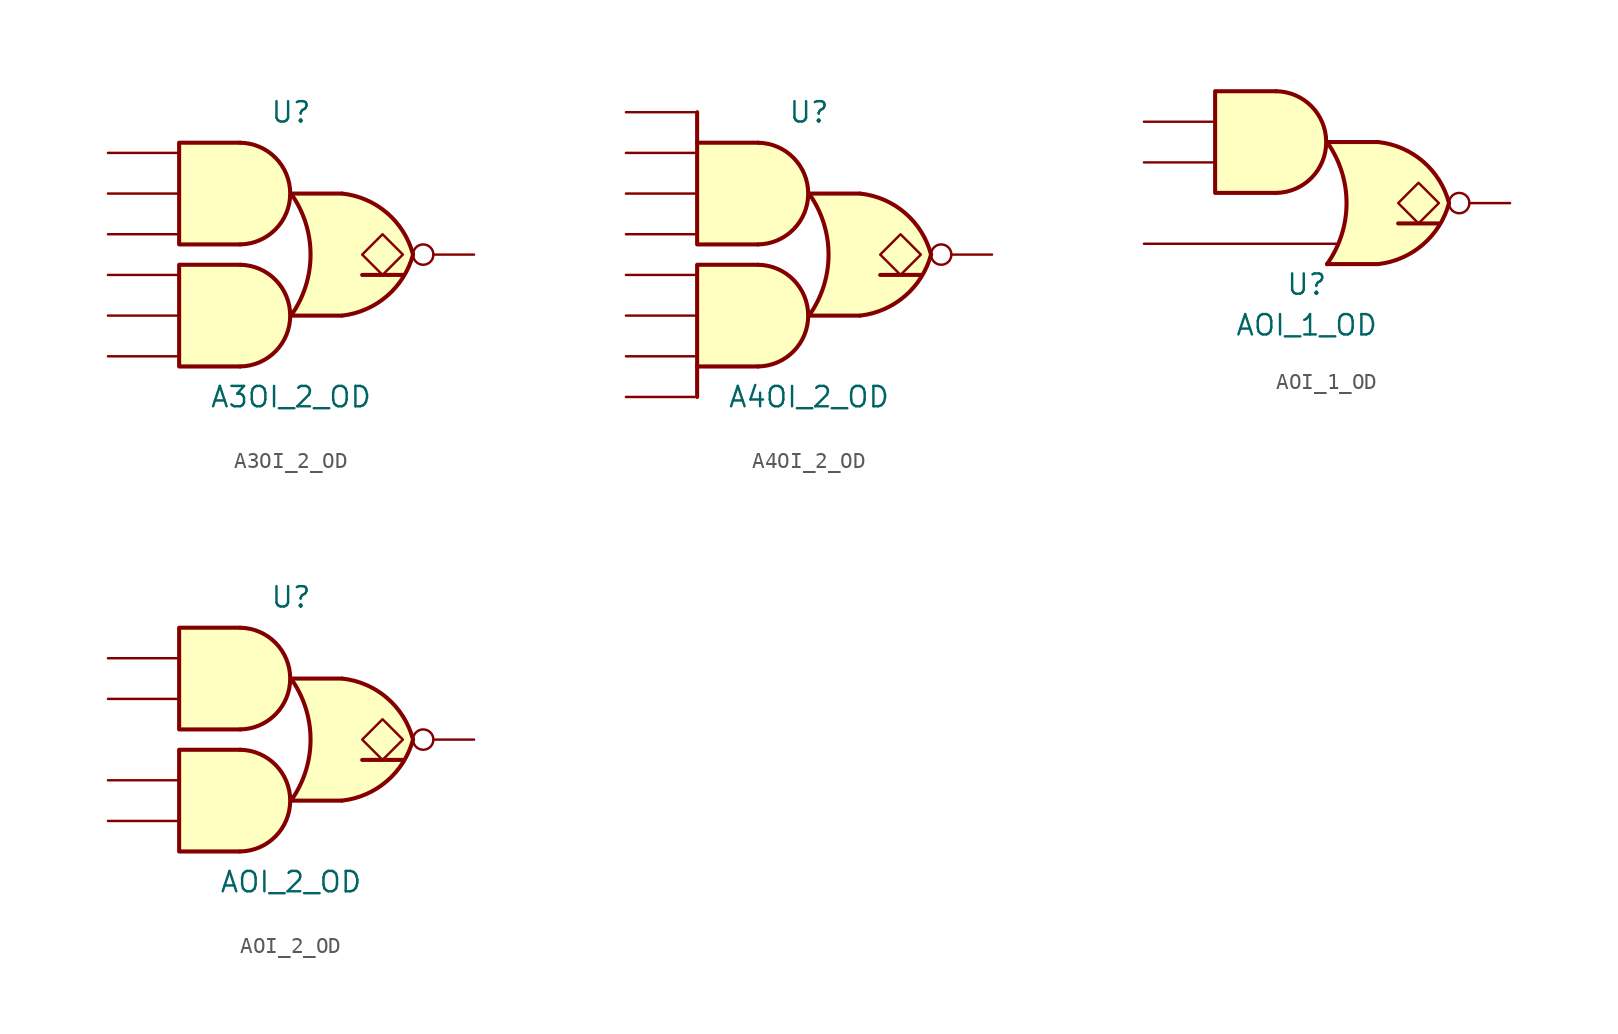
<source format=kicad_sym>
(kicad_symbol_lib
  (version 20231120)
  (generator "kicad_symbol_editor")
  (generator_version "8.0")
  (symbol "A3OI_2_OD"
    (pin_numbers hide)
    (pin_names hide)
    (property "Reference" "U"
      (at 0 8.89 0)
      (effects (font (size 1.27 1.27))))
    (property "Value" "A3OI_2_OD"
      (at 0 -8.89 0)
      (effects (font (size 1.27 1.27))))
    (symbol "A3OI_2_OD_1_1"
      (arc (start -3.175 -6.985) (mid -0.05 -3.81) (end -3.175 -0.635) (stroke (width 0.254) (type default)) (fill (type background)))
      (arc (start -3.175 0.635) (mid -0.05 3.81) (end -3.175 6.985) (stroke (width 0.254) (type default)) (fill (type background)))
      (arc (start -0.0002 -3.81) (mid 1.2208 0) (end -0.0002 3.81) (stroke (width 0.254) (type default)) (fill (type none)))
      (polyline (pts (xy -0.0002 -3.81) (xy 3.175 -3.81)) (stroke (width 0.254) (type default)) (fill (type background)))
      (polyline (pts (xy -0.0002 3.81) (xy 3.175 3.81)) (stroke (width 0.254) (type default)) (fill (type background)))
      (polyline (pts (xy 4.445 -1.27) (xy 6.985 -1.27)) (stroke (width 0.254) (type default)) (fill (type none)))
      (polyline (pts (xy -3.175 -0.635) (xy -6.985 -0.635) (xy -6.985 -6.985) (xy -3.175 -6.985)) (stroke (width 0.254) (type default)) (fill (type background)))
      (polyline (pts (xy -3.175 6.985) (xy -6.985 6.985) (xy -6.985 0.635) (xy -3.175 0.635)) (stroke (width 0.254) (type default)) (fill (type background)))
      (polyline (pts (xy 6.985 0) (xy 5.715 1.27) (xy 4.445 0) (xy 5.715 -1.27) (xy 6.985 0)) (stroke (width 0) (type default)) (fill (type none)))
      (polyline (pts (xy 3.175 3.81) (xy 0 3.81) (xy 0 3.81) (xy 0.254 3.404) (xy 0.787 2.261) (xy 1.118 1.041) (xy 1.194 -0.254) (xy 1.041 -1.499) (xy 0.635 -2.718) (xy 0 -3.81) (xy 0 -3.81) (xy 3.175 -3.81)) (stroke (width -25.4) (type default)) (fill (type background)))
      (arc (start 3.2002 -3.81) (mid 5.9953 -2.584) (end 7.6198 0) (stroke (width 0.254) (type default)) (fill (type background)))
      (arc (start 7.6198 0) (mid 6.0026 2.5925) (end 3.2002 3.81) (stroke (width 0.254) (type default)) (fill (type background)))
      (pin input line (at -11.43 6.35 0) (length 4.3) (name "~" (effects (font (size 1.27 1.27)))) (number "1" (effects (font (size 1.27 1.27)))))
      (pin input line (at -11.43 3.81 0) (length 4.3) (name "~" (effects (font (size 1.27 1.27)))) (number "2" (effects (font (size 1.27 1.27)))))
      (pin input line (at -11.43 1.27 0) (length 4.3) (name "~" (effects (font (size 1.27 1.27)))) (number "3" (effects (font (size 1.27 1.27)))))
      (pin input line (at -11.43 -1.27 0) (length 4.3) (name "~" (effects (font (size 1.27 1.27)))) (number "4" (effects (font (size 1.27 1.27)))))
      (pin input line (at -11.43 -3.81 0) (length 4.3) (name "~" (effects (font (size 1.27 1.27)))) (number "5" (effects (font (size 1.27 1.27)))))
      (pin input line (at -11.43 -6.35 0) (length 4.3) (name "~" (effects (font (size 1.27 1.27)))) (number "6" (effects (font (size 1.27 1.27)))))
      (pin tri_state inverted (at 11.43 0 180) (length 3.81) (name "~" (effects (font (size 1.27 1.27)))) (number "7" (effects (font (size 0 0)))))))
  (symbol "A4OI_2_OD"
    (pin_numbers hide)
    (pin_names hide)
    (property "Reference" "U"
      (at 0 8.89 0)
      (effects (font (size 1.27 1.27))))
    (property "Value" "A4OI_2_OD"
      (at 0 -8.89 0)
      (effects (font (size 1.27 1.27))))
    (symbol "A4OI_2_OD_1_1"
      (arc (start -3.175 -6.985) (mid -0.05 -3.81) (end -3.175 -0.635) (stroke (width 0.254) (type default)) (fill (type background)))
      (arc (start -3.175 0.635) (mid -0.05 3.81) (end -3.175 6.985) (stroke (width 0.254) (type default)) (fill (type background)))
      (arc (start -0.0002 -3.81) (mid 1.2208 0) (end -0.0002 3.81) (stroke (width 0.254) (type default)) (fill (type none)))
      (polyline (pts (xy -6.985 -6.985) (xy -6.985 -8.89)) (stroke (width 0.254) (type default)) (fill (type none)))
      (polyline (pts (xy -6.985 8.89) (xy -6.985 6.985)) (stroke (width 0.254) (type default)) (fill (type none)))
      (polyline (pts (xy -0.0002 -3.81) (xy 3.175 -3.81)) (stroke (width 0.254) (type default)) (fill (type background)))
      (polyline (pts (xy -0.0002 3.81) (xy 3.175 3.81)) (stroke (width 0.254) (type default)) (fill (type background)))
      (polyline (pts (xy 4.445 -1.27) (xy 6.985 -1.27)) (stroke (width 0.254) (type default)) (fill (type none)))
      (polyline (pts (xy -3.175 -0.635) (xy -6.985 -0.635) (xy -6.985 -6.985) (xy -3.175 -6.985)) (stroke (width 0.254) (type default)) (fill (type background)))
      (polyline (pts (xy -3.175 6.985) (xy -6.985 6.985) (xy -6.985 0.635) (xy -3.175 0.635)) (stroke (width 0.254) (type default)) (fill (type background)))
      (polyline (pts (xy 6.985 0) (xy 5.715 1.27) (xy 4.445 0) (xy 5.715 -1.27) (xy 6.985 0)) (stroke (width 0) (type default)) (fill (type none)))
      (polyline (pts (xy 3.175 3.81) (xy 0 3.81) (xy 0 3.81) (xy 0.254 3.404) (xy 0.787 2.261) (xy 1.118 1.041) (xy 1.194 -0.254) (xy 1.041 -1.499) (xy 0.635 -2.718) (xy 0 -3.81) (xy 0 -3.81) (xy 3.175 -3.81)) (stroke (width -25.4) (type default)) (fill (type background)))
      (arc (start 3.2002 -3.81) (mid 5.9953 -2.584) (end 7.6198 0) (stroke (width 0.254) (type default)) (fill (type background)))
      (arc (start 7.6198 0) (mid 6.0026 2.5925) (end 3.2002 3.81) (stroke (width 0.254) (type default)) (fill (type background)))
      (pin input line (at -11.43 8.89 0) (length 4.3) (name "~" (effects (font (size 1.27 1.27)))) (number "1" (effects (font (size 1.27 1.27)))))
      (pin input line (at -11.43 6.35 0) (length 4.3) (name "~" (effects (font (size 1.27 1.27)))) (number "2" (effects (font (size 1.27 1.27)))))
      (pin input line (at -11.43 3.81 0) (length 4.3) (name "~" (effects (font (size 1.27 1.27)))) (number "3" (effects (font (size 1.27 1.27)))))
      (pin input line (at -11.43 1.27 0) (length 4.3) (name "~" (effects (font (size 1.27 1.27)))) (number "4" (effects (font (size 1.27 1.27)))))
      (pin input line (at -11.43 -1.27 0) (length 4.3) (name "~" (effects (font (size 1.27 1.27)))) (number "5" (effects (font (size 1.27 1.27)))))
      (pin input line (at -11.43 -3.81 0) (length 4.3) (name "~" (effects (font (size 1.27 1.27)))) (number "6" (effects (font (size 1.27 1.27)))))
      (pin input line (at -11.43 -6.35 0) (length 4.3) (name "~" (effects (font (size 1.27 1.27)))) (number "7" (effects (font (size 1.27 1.27)))))
      (pin input line (at -11.43 -8.89 0) (length 4.3) (name "~" (effects (font (size 1.27 1.27)))) (number "8" (effects (font (size 1.27 1.27)))))
      (pin tri_state inverted (at 11.43 0 180) (length 3.81) (name "~" (effects (font (size 1.27 1.27)))) (number "9" (effects (font (size 0 0)))))))
  (symbol "AOI_1_OD"
    (pin_numbers hide)
    (pin_names hide)
    (property "Reference" "U"
      (at 0 -6.35 0)
      (effects (font (size 1.27 1.27))))
    (property "Value" "AOI_1_OD"
      (at 0 -8.89 0)
      (effects (font (size 1.27 1.27))))
    (symbol "AOI_1_OD_1_1"
      (arc (start -1.905 -0.635) (mid 1.22 2.54) (end -1.905 5.715) (stroke (width 0.254) (type default)) (fill (type background)))
      (polyline (pts (xy 1.27 -5.08) (xy 4.445 -5.08)) (stroke (width 0.254) (type default)) (fill (type background)))
      (polyline (pts (xy 1.27 2.54) (xy 4.445 2.54)) (stroke (width 0.254) (type default)) (fill (type background)))
      (polyline (pts (xy 5.715 -2.54) (xy 8.255 -2.54)) (stroke (width 0.254) (type default)) (fill (type none)))
      (polyline (pts (xy -1.905 5.715) (xy -5.715 5.715) (xy -5.715 -0.635) (xy -1.905 -0.635)) (stroke (width 0.254) (type default)) (fill (type background)))
      (polyline (pts (xy 8.255 -1.27) (xy 6.985 0) (xy 5.715 -1.27) (xy 6.985 -2.54) (xy 8.255 -1.27)) (stroke (width 0) (type default)) (fill (type none)))
      (polyline (pts (xy 4.445 2.54) (xy 1.27 2.54) (xy 1.27 2.54) (xy 1.524 2.134) (xy 2.057 0.991) (xy 2.388 -0.229) (xy 2.464 -1.524) (xy 2.311 -2.769) (xy 1.905 -3.988) (xy 1.27 -5.08) (xy 1.27 -5.08) (xy 4.445 -5.08)) (stroke (width -25.4) (type default)) (fill (type background)))
      (arc (start 1.2698 -5.08) (mid 2.4908 -1.27) (end 1.2698 2.54) (stroke (width 0.254) (type default)) (fill (type none)))
      (arc (start 4.4702 -5.08) (mid 7.2653 -3.854) (end 8.8898 -1.27) (stroke (width 0.254) (type default)) (fill (type background)))
      (arc (start 8.8898 -1.27) (mid 7.2726 1.3225) (end 4.4702 2.54) (stroke (width 0.254) (type default)) (fill (type background)))
      (pin input line (at -10.16 3.81 0) (length 4.3) (name "~" (effects (font (size 1.27 1.27)))) (number "1" (effects (font (size 1.27 1.27)))))
      (pin input line (at -10.16 1.27 0) (length 4.3) (name "~" (effects (font (size 1.27 1.27)))) (number "2" (effects (font (size 1.27 1.27)))))
      (pin input line (at -10.16 -3.81 0) (length 12) (name "~" (effects (font (size 1.27 1.27)))) (number "3" (effects (font (size 1.27 1.27)))))
      (pin tri_state inverted (at 12.7 -1.27 180) (length 3.81) (name "~" (effects (font (size 1.27 1.27)))) (number "4" (effects (font (size 0 0)))))))
  (symbol "AOI_2_OD"
    (pin_numbers hide)
    (pin_names hide)
    (property "Reference" "U"
      (at 0 8.89 0)
      (effects (font (size 1.27 1.27))))
    (property "Value" "AOI_2_OD"
      (at 0 -8.89 0)
      (effects (font (size 1.27 1.27))))
    (symbol "AOI_2_OD_1_1"
      (arc (start -3.175 -6.985) (mid -0.05 -3.81) (end -3.175 -0.635) (stroke (width 0.254) (type default)) (fill (type background)))
      (arc (start -3.175 0.635) (mid -0.05 3.81) (end -3.175 6.985) (stroke (width 0.254) (type default)) (fill (type background)))
      (arc (start -0.0002 -3.81) (mid 1.2208 0) (end -0.0002 3.81) (stroke (width 0.254) (type default)) (fill (type none)))
      (polyline (pts (xy -0.0002 -3.81) (xy 3.175 -3.81)) (stroke (width 0.254) (type default)) (fill (type background)))
      (polyline (pts (xy -0.0002 3.81) (xy 3.175 3.81)) (stroke (width 0.254) (type default)) (fill (type background)))
      (polyline (pts (xy 4.445 -1.27) (xy 6.985 -1.27)) (stroke (width 0.254) (type default)) (fill (type none)))
      (polyline (pts (xy -3.175 -0.635) (xy -6.985 -0.635) (xy -6.985 -6.985) (xy -3.175 -6.985)) (stroke (width 0.254) (type default)) (fill (type background)))
      (polyline (pts (xy -3.175 6.985) (xy -6.985 6.985) (xy -6.985 0.635) (xy -3.175 0.635)) (stroke (width 0.254) (type default)) (fill (type background)))
      (polyline (pts (xy 6.985 0) (xy 5.715 1.27) (xy 4.445 0) (xy 5.715 -1.27) (xy 6.985 0)) (stroke (width 0) (type default)) (fill (type none)))
      (polyline (pts (xy 3.175 3.81) (xy 0 3.81) (xy 0 3.81) (xy 0.254 3.404) (xy 0.787 2.261) (xy 1.118 1.041) (xy 1.194 -0.254) (xy 1.041 -1.499) (xy 0.635 -2.718) (xy 0 -3.81) (xy 0 -3.81) (xy 3.175 -3.81)) (stroke (width -25.4) (type default)) (fill (type background)))
      (arc (start 3.2002 -3.81) (mid 5.9953 -2.584) (end 7.6198 0) (stroke (width 0.254) (type default)) (fill (type background)))
      (arc (start 7.6198 0) (mid 6.0026 2.5925) (end 3.2002 3.81) (stroke (width 0.254) (type default)) (fill (type background)))
      (pin input line (at -11.43 5.08 0) (length 4.3) (name "~" (effects (font (size 1.27 1.27)))) (number "1" (effects (font (size 1.27 1.27)))))
      (pin input line (at -11.43 2.54 0) (length 4.3) (name "~" (effects (font (size 1.27 1.27)))) (number "2" (effects (font (size 1.27 1.27)))))
      (pin input line (at -11.43 -2.54 0) (length 4.3) (name "~" (effects (font (size 1.27 1.27)))) (number "3" (effects (font (size 1.27 1.27)))))
      (pin input line (at -11.43 -5.08 0) (length 4.3) (name "~" (effects (font (size 1.27 1.27)))) (number "4" (effects (font (size 1.27 1.27)))))
      (pin tri_state inverted (at 11.43 0 180) (length 3.81) (name "~" (effects (font (size 1.27 1.27)))) (number "5" (effects (font (size 0 0))))))))
</source>
